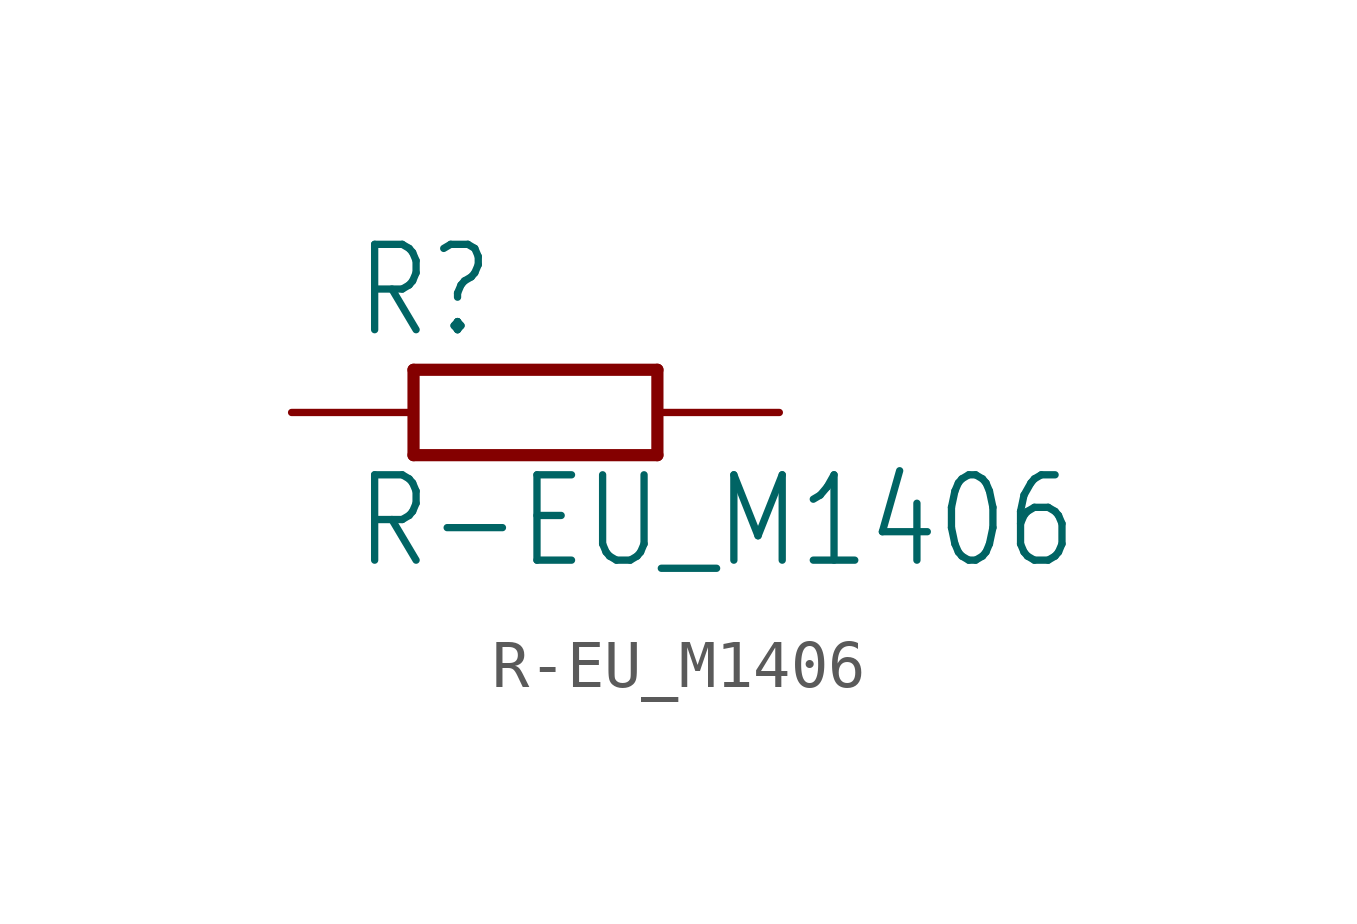
<source format=kicad_sym>
(kicad_symbol_lib
  (version 20220914)
  (generator kicad_symbol_editor)
  (symbol "R-EU_M1406"
    (property "Reference" "R"
      (at -3.81 1.499 0)
      (effects (font (size 1.778 1.511)) (justify left bottom)))
    (property "Value" "R-EU_M1406"
      (at -3.81 -3.302 0)
      (effects (font (size 1.778 1.511)) (justify left bottom)))
    (property "ki_locked" ""
      (at 0 0 0)
      (effects (font (size 1.27 1.27))))
    (symbol "R-EU_M1406_1_0"
      (polyline (pts (xy -2.54 -0.889) (xy -2.54 0.889)) (stroke (width 0.254) (type default)) (fill (type none)))
      (polyline (pts (xy -2.54 -0.889) (xy 2.54 -0.889)) (stroke (width 0.254) (type default)) (fill (type none)))
      (polyline (pts (xy 2.54 -0.889) (xy 2.54 0.889)) (stroke (width 0.254) (type default)) (fill (type none)))
      (polyline (pts (xy 2.54 0.889) (xy -2.54 0.889)) (stroke (width 0.254) (type default)) (fill (type none)))
      (pin passive line (at -5.08 0 0) (length 2.54) (name "1" (effects (font (size 0 0)))) (number "1" (effects (font (size 0 0)))))
      (pin passive line (at 5.08 0 180) (length 2.54) (name "2" (effects (font (size 0 0)))) (number "2" (effects (font (size 0 0))))))))
</source>
